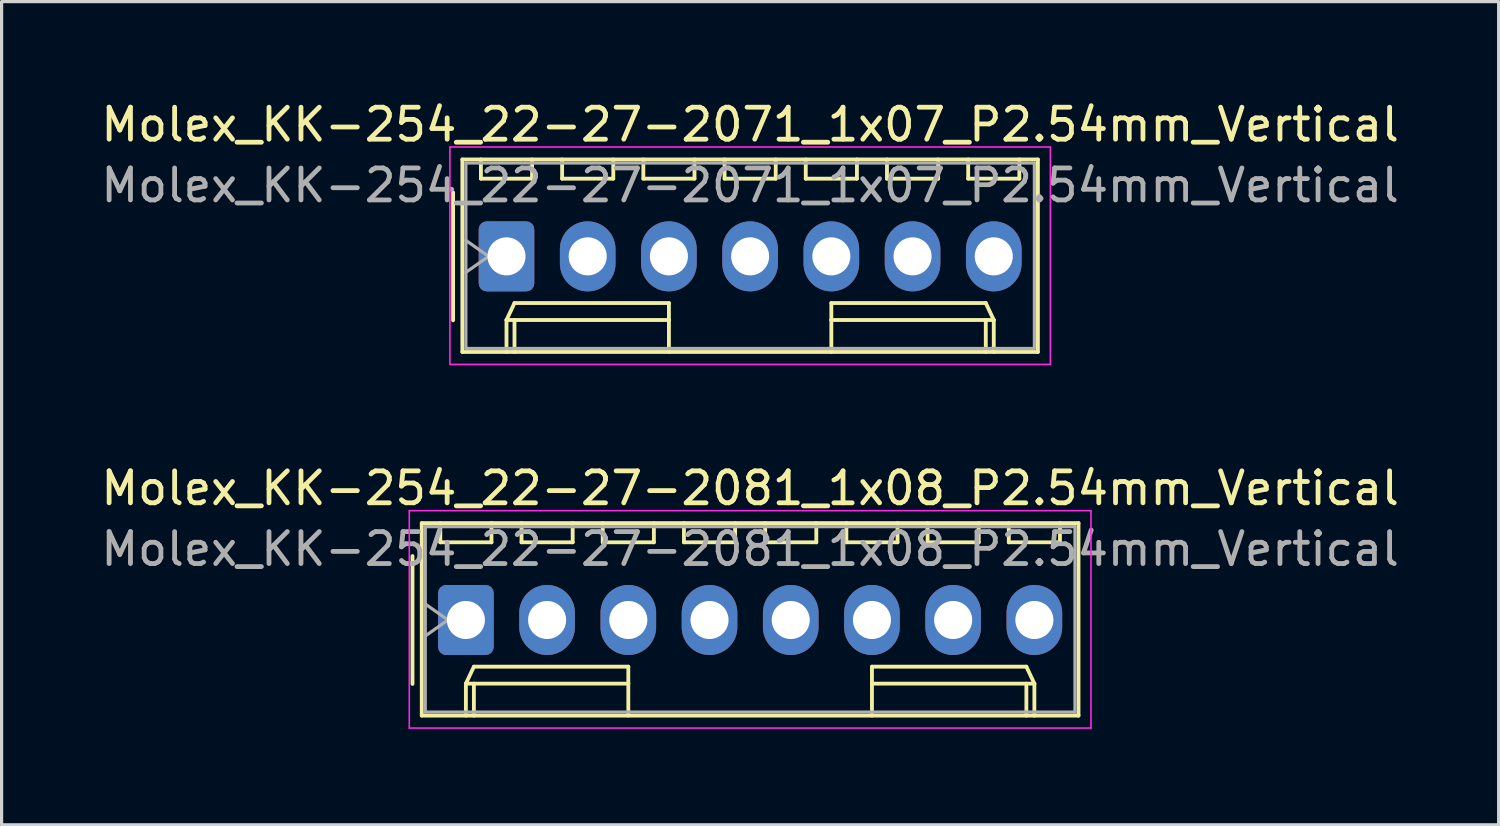
<source format=kicad_pcb>
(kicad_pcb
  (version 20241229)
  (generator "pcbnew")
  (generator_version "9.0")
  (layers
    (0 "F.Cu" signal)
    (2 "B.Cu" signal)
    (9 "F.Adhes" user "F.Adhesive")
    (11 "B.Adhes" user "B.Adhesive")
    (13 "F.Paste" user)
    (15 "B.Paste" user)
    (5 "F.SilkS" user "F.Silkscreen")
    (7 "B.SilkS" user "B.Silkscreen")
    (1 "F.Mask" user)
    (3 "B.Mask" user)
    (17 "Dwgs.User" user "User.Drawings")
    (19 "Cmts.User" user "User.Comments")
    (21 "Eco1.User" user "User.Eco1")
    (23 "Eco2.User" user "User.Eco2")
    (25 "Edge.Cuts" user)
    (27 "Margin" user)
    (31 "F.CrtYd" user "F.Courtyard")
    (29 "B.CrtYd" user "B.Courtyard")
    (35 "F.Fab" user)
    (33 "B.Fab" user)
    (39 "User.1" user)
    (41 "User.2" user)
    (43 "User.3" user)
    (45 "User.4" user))
  (footprint "Molex_KK-254_22-27-2071_1x07_P2.54mm_Vertical"
    (layer "F.Cu")
    (at 12.791 4.968)
    (property "Reference" "Molex_KK-254_22-27-2071_1x07_P2.54mm_Vertical" (at 7.62 -4.12 0) (layer "F.SilkS") (effects (font (size 1 1) (thickness 0.15))))
    (attr through_hole)
    (fp_line (start -1.67 -2) (end -1.67 2) (stroke (width 0.12) (type solid)) (layer "F.SilkS"))
    (fp_line (start -1.38 -3.03) (end -1.38 2.99) (stroke (width 0.12) (type solid)) (layer "F.SilkS"))
    (fp_line (start -1.38 2.99) (end 16.62 2.99) (stroke (width 0.12) (type solid)) (layer "F.SilkS"))
    (fp_line (start -0.8 -3.03) (end -0.8 -2.43) (stroke (width 0.12) (type solid)) (layer "F.SilkS"))
    (fp_line (start -0.8 -2.43) (end 0.8 -2.43) (stroke (width 0.12) (type solid)) (layer "F.SilkS"))
    (fp_line (start 0 1.99) (end 0.25 1.46) (stroke (width 0.12) (type solid)) (layer "F.SilkS"))
    (fp_line (start 0 1.99) (end 5.08 1.99) (stroke (width 0.12) (type solid)) (layer "F.SilkS"))
    (fp_line (start 0 2.99) (end 0 1.99) (stroke (width 0.12) (type solid)) (layer "F.SilkS"))
    (fp_line (start 0.25 1.46) (end 5.08 1.46) (stroke (width 0.12) (type solid)) (layer "F.SilkS"))
    (fp_line (start 0.25 2.99) (end 0.25 1.99) (stroke (width 0.12) (type solid)) (layer "F.SilkS"))
    (fp_line (start 0.8 -2.43) (end 0.8 -3.03) (stroke (width 0.12) (type solid)) (layer "F.SilkS"))
    (fp_line (start 1.74 -3.03) (end 1.74 -2.43) (stroke (width 0.12) (type solid)) (layer "F.SilkS"))
    (fp_line (start 1.74 -2.43) (end 3.34 -2.43) (stroke (width 0.12) (type solid)) (layer "F.SilkS"))
    (fp_line (start 3.34 -2.43) (end 3.34 -3.03) (stroke (width 0.12) (type solid)) (layer "F.SilkS"))
    (fp_line (start 4.28 -3.03) (end 4.28 -2.43) (stroke (width 0.12) (type solid)) (layer "F.SilkS"))
    (fp_line (start 4.28 -2.43) (end 5.88 -2.43) (stroke (width 0.12) (type solid)) (layer "F.SilkS"))
    (fp_line (start 5.08 1.46) (end 5.08 1.99) (stroke (width 0.12) (type solid)) (layer "F.SilkS"))
    (fp_line (start 5.08 1.99) (end 5.08 2.99) (stroke (width 0.12) (type solid)) (layer "F.SilkS"))
    (fp_line (start 5.88 -2.43) (end 5.88 -3.03) (stroke (width 0.12) (type solid)) (layer "F.SilkS"))
    (fp_line (start 6.82 -3.03) (end 6.82 -2.43) (stroke (width 0.12) (type solid)) (layer "F.SilkS"))
    (fp_line (start 6.82 -2.43) (end 8.42 -2.43) (stroke (width 0.12) (type solid)) (layer "F.SilkS"))
    (fp_line (start 8.42 -2.43) (end 8.42 -3.03) (stroke (width 0.12) (type solid)) (layer "F.SilkS"))
    (fp_line (start 9.36 -3.03) (end 9.36 -2.43) (stroke (width 0.12) (type solid)) (layer "F.SilkS"))
    (fp_line (start 9.36 -2.43) (end 10.96 -2.43) (stroke (width 0.12) (type solid)) (layer "F.SilkS"))
    (fp_line (start 10.16 1.46) (end 10.16 1.99) (stroke (width 0.12) (type solid)) (layer "F.SilkS"))
    (fp_line (start 10.16 1.99) (end 10.16 2.99) (stroke (width 0.12) (type solid)) (layer "F.SilkS"))
    (fp_line (start 10.96 -2.43) (end 10.96 -3.03) (stroke (width 0.12) (type solid)) (layer "F.SilkS"))
    (fp_line (start 11.9 -3.03) (end 11.9 -2.43) (stroke (width 0.12) (type solid)) (layer "F.SilkS"))
    (fp_line (start 11.9 -2.43) (end 13.5 -2.43) (stroke (width 0.12) (type solid)) (layer "F.SilkS"))
    (fp_line (start 13.5 -2.43) (end 13.5 -3.03) (stroke (width 0.12) (type solid)) (layer "F.SilkS"))
    (fp_line (start 14.44 -3.03) (end 14.44 -2.43) (stroke (width 0.12) (type solid)) (layer "F.SilkS"))
    (fp_line (start 14.44 -2.43) (end 16.04 -2.43) (stroke (width 0.12) (type solid)) (layer "F.SilkS"))
    (fp_line (start 14.99 1.46) (end 10.16 1.46) (stroke (width 0.12) (type solid)) (layer "F.SilkS"))
    (fp_line (start 14.99 2.99) (end 14.99 1.99) (stroke (width 0.12) (type solid)) (layer "F.SilkS"))
    (fp_line (start 15.24 1.99) (end 10.16 1.99) (stroke (width 0.12) (type solid)) (layer "F.SilkS"))
    (fp_line (start 15.24 1.99) (end 14.99 1.46) (stroke (width 0.12) (type solid)) (layer "F.SilkS"))
    (fp_line (start 15.24 2.99) (end 15.24 1.99) (stroke (width 0.12) (type solid)) (layer "F.SilkS"))
    (fp_line (start 16.04 -2.43) (end 16.04 -3.03) (stroke (width 0.12) (type solid)) (layer "F.SilkS"))
    (fp_line (start 16.62 -3.03) (end -1.38 -3.03) (stroke (width 0.12) (type solid)) (layer "F.SilkS"))
    (fp_line (start 16.62 2.99) (end 16.62 -3.03) (stroke (width 0.12) (type solid)) (layer "F.SilkS"))
    (fp_line (start -1.77 -3.42) (end -1.77 3.38) (stroke (width 0.05) (type solid)) (layer "F.CrtYd"))
    (fp_line (start -1.77 3.38) (end 17.01 3.38) (stroke (width 0.05) (type solid)) (layer "F.CrtYd"))
    (fp_line (start 17.01 -3.42) (end -1.77 -3.42) (stroke (width 0.05) (type solid)) (layer "F.CrtYd"))
    (fp_line (start 17.01 3.38) (end 17.01 -3.42) (stroke (width 0.05) (type solid)) (layer "F.CrtYd"))
    (fp_line (start -1.27 -2.92) (end -1.27 2.88) (stroke (width 0.1) (type solid)) (layer "F.Fab"))
    (fp_line (start -1.27 -0.5) (end -0.563 0) (stroke (width 0.1) (type solid)) (layer "F.Fab"))
    (fp_line (start -1.27 2.88) (end 16.51 2.88) (stroke (width 0.1) (type solid)) (layer "F.Fab"))
    (fp_line (start -0.563 0) (end -1.27 0.5) (stroke (width 0.1) (type solid)) (layer "F.Fab"))
    (fp_line (start 16.51 -2.92) (end -1.27 -2.92) (stroke (width 0.1) (type solid)) (layer "F.Fab"))
    (fp_line (start 16.51 2.88) (end 16.51 -2.92) (stroke (width 0.1) (type solid)) (layer "F.Fab"))
    (fp_text user "${REFERENCE}" (at 7.62 -2.22 0) (layer "F.Fab") (effects (font (size 1 1) (thickness 0.15))))
    (pad "1" thru_hole roundrect (at 0 0) (size 1.74 2.19) (drill 1.19) (layers "*.Cu" "*.Mask") (roundrect_rratio 0.144))
    (pad "2" thru_hole oval (at 2.54 0) (size 1.74 2.19) (drill 1.19) (layers "*.Cu" "*.Mask"))
    (pad "3" thru_hole oval (at 5.08 0) (size 1.74 2.19) (drill 1.19) (layers "*.Cu" "*.Mask"))
    (pad "4" thru_hole oval (at 7.62 0) (size 1.74 2.19) (drill 1.19) (layers "*.Cu" "*.Mask"))
    (pad "5" thru_hole oval (at 10.16 0) (size 1.74 2.19) (drill 1.19) (layers "*.Cu" "*.Mask"))
    (pad "6" thru_hole oval (at 12.7 0) (size 1.74 2.19) (drill 1.19) (layers "*.Cu" "*.Mask"))
    (pad "7" thru_hole oval (at 15.24 0) (size 1.74 2.19) (drill 1.19) (layers "*.Cu" "*.Mask")))
  (footprint "Molex_KK-254_22-27-2081_1x08_P2.54mm_Vertical"
    (layer "F.Cu")
    (at 11.521 16.341)
    (property "Reference" "Molex_KK-254_22-27-2081_1x08_P2.54mm_Vertical" (at 8.89 -4.12 0) (layer "F.SilkS") (effects (font (size 1 1) (thickness 0.15))))
    (attr through_hole)
    (fp_line (start -1.67 -2) (end -1.67 2) (stroke (width 0.12) (type solid)) (layer "F.SilkS"))
    (fp_line (start -1.38 -3.03) (end -1.38 2.99) (stroke (width 0.12) (type solid)) (layer "F.SilkS"))
    (fp_line (start -1.38 2.99) (end 19.16 2.99) (stroke (width 0.12) (type solid)) (layer "F.SilkS"))
    (fp_line (start -0.8 -3.03) (end -0.8 -2.43) (stroke (width 0.12) (type solid)) (layer "F.SilkS"))
    (fp_line (start -0.8 -2.43) (end 0.8 -2.43) (stroke (width 0.12) (type solid)) (layer "F.SilkS"))
    (fp_line (start 0 1.99) (end 0.25 1.46) (stroke (width 0.12) (type solid)) (layer "F.SilkS"))
    (fp_line (start 0 1.99) (end 5.08 1.99) (stroke (width 0.12) (type solid)) (layer "F.SilkS"))
    (fp_line (start 0 2.99) (end 0 1.99) (stroke (width 0.12) (type solid)) (layer "F.SilkS"))
    (fp_line (start 0.25 1.46) (end 5.08 1.46) (stroke (width 0.12) (type solid)) (layer "F.SilkS"))
    (fp_line (start 0.25 2.99) (end 0.25 1.99) (stroke (width 0.12) (type solid)) (layer "F.SilkS"))
    (fp_line (start 0.8 -2.43) (end 0.8 -3.03) (stroke (width 0.12) (type solid)) (layer "F.SilkS"))
    (fp_line (start 1.74 -3.03) (end 1.74 -2.43) (stroke (width 0.12) (type solid)) (layer "F.SilkS"))
    (fp_line (start 1.74 -2.43) (end 3.34 -2.43) (stroke (width 0.12) (type solid)) (layer "F.SilkS"))
    (fp_line (start 3.34 -2.43) (end 3.34 -3.03) (stroke (width 0.12) (type solid)) (layer "F.SilkS"))
    (fp_line (start 4.28 -3.03) (end 4.28 -2.43) (stroke (width 0.12) (type solid)) (layer "F.SilkS"))
    (fp_line (start 4.28 -2.43) (end 5.88 -2.43) (stroke (width 0.12) (type solid)) (layer "F.SilkS"))
    (fp_line (start 5.08 1.46) (end 5.08 1.99) (stroke (width 0.12) (type solid)) (layer "F.SilkS"))
    (fp_line (start 5.08 1.99) (end 5.08 2.99) (stroke (width 0.12) (type solid)) (layer "F.SilkS"))
    (fp_line (start 5.88 -2.43) (end 5.88 -3.03) (stroke (width 0.12) (type solid)) (layer "F.SilkS"))
    (fp_line (start 6.82 -3.03) (end 6.82 -2.43) (stroke (width 0.12) (type solid)) (layer "F.SilkS"))
    (fp_line (start 6.82 -2.43) (end 8.42 -2.43) (stroke (width 0.12) (type solid)) (layer "F.SilkS"))
    (fp_line (start 8.42 -2.43) (end 8.42 -3.03) (stroke (width 0.12) (type solid)) (layer "F.SilkS"))
    (fp_line (start 9.36 -3.03) (end 9.36 -2.43) (stroke (width 0.12) (type solid)) (layer "F.SilkS"))
    (fp_line (start 9.36 -2.43) (end 10.96 -2.43) (stroke (width 0.12) (type solid)) (layer "F.SilkS"))
    (fp_line (start 10.96 -2.43) (end 10.96 -3.03) (stroke (width 0.12) (type solid)) (layer "F.SilkS"))
    (fp_line (start 11.9 -3.03) (end 11.9 -2.43) (stroke (width 0.12) (type solid)) (layer "F.SilkS"))
    (fp_line (start 11.9 -2.43) (end 13.5 -2.43) (stroke (width 0.12) (type solid)) (layer "F.SilkS"))
    (fp_line (start 12.7 1.46) (end 12.7 1.99) (stroke (width 0.12) (type solid)) (layer "F.SilkS"))
    (fp_line (start 12.7 1.99) (end 12.7 2.99) (stroke (width 0.12) (type solid)) (layer "F.SilkS"))
    (fp_line (start 13.5 -2.43) (end 13.5 -3.03) (stroke (width 0.12) (type solid)) (layer "F.SilkS"))
    (fp_line (start 14.44 -3.03) (end 14.44 -2.43) (stroke (width 0.12) (type solid)) (layer "F.SilkS"))
    (fp_line (start 14.44 -2.43) (end 16.04 -2.43) (stroke (width 0.12) (type solid)) (layer "F.SilkS"))
    (fp_line (start 16.04 -2.43) (end 16.04 -3.03) (stroke (width 0.12) (type solid)) (layer "F.SilkS"))
    (fp_line (start 16.98 -3.03) (end 16.98 -2.43) (stroke (width 0.12) (type solid)) (layer "F.SilkS"))
    (fp_line (start 16.98 -2.43) (end 18.58 -2.43) (stroke (width 0.12) (type solid)) (layer "F.SilkS"))
    (fp_line (start 17.53 1.46) (end 12.7 1.46) (stroke (width 0.12) (type solid)) (layer "F.SilkS"))
    (fp_line (start 17.53 2.99) (end 17.53 1.99) (stroke (width 0.12) (type solid)) (layer "F.SilkS"))
    (fp_line (start 17.78 1.99) (end 12.7 1.99) (stroke (width 0.12) (type solid)) (layer "F.SilkS"))
    (fp_line (start 17.78 1.99) (end 17.53 1.46) (stroke (width 0.12) (type solid)) (layer "F.SilkS"))
    (fp_line (start 17.78 2.99) (end 17.78 1.99) (stroke (width 0.12) (type solid)) (layer "F.SilkS"))
    (fp_line (start 18.58 -2.43) (end 18.58 -3.03) (stroke (width 0.12) (type solid)) (layer "F.SilkS"))
    (fp_line (start 19.16 -3.03) (end -1.38 -3.03) (stroke (width 0.12) (type solid)) (layer "F.SilkS"))
    (fp_line (start 19.16 2.99) (end 19.16 -3.03) (stroke (width 0.12) (type solid)) (layer "F.SilkS"))
    (fp_line (start -1.77 -3.42) (end -1.77 3.38) (stroke (width 0.05) (type solid)) (layer "F.CrtYd"))
    (fp_line (start -1.77 3.38) (end 19.55 3.38) (stroke (width 0.05) (type solid)) (layer "F.CrtYd"))
    (fp_line (start 19.55 -3.42) (end -1.77 -3.42) (stroke (width 0.05) (type solid)) (layer "F.CrtYd"))
    (fp_line (start 19.55 3.38) (end 19.55 -3.42) (stroke (width 0.05) (type solid)) (layer "F.CrtYd"))
    (fp_line (start -1.27 -2.92) (end -1.27 2.88) (stroke (width 0.1) (type solid)) (layer "F.Fab"))
    (fp_line (start -1.27 -0.5) (end -0.563 0) (stroke (width 0.1) (type solid)) (layer "F.Fab"))
    (fp_line (start -1.27 2.88) (end 19.05 2.88) (stroke (width 0.1) (type solid)) (layer "F.Fab"))
    (fp_line (start -0.563 0) (end -1.27 0.5) (stroke (width 0.1) (type solid)) (layer "F.Fab"))
    (fp_line (start 19.05 -2.92) (end -1.27 -2.92) (stroke (width 0.1) (type solid)) (layer "F.Fab"))
    (fp_line (start 19.05 2.88) (end 19.05 -2.92) (stroke (width 0.1) (type solid)) (layer "F.Fab"))
    (fp_text user "${REFERENCE}" (at 8.89 -2.22 0) (layer "F.Fab") (effects (font (size 1 1) (thickness 0.15))))
    (pad "1" thru_hole roundrect (at 0 0) (size 1.74 2.19) (drill 1.19) (layers "*.Cu" "*.Mask") (roundrect_rratio 0.144))
    (pad "2" thru_hole oval (at 2.54 0) (size 1.74 2.19) (drill 1.19) (layers "*.Cu" "*.Mask"))
    (pad "3" thru_hole oval (at 5.08 0) (size 1.74 2.19) (drill 1.19) (layers "*.Cu" "*.Mask"))
    (pad "4" thru_hole oval (at 7.62 0) (size 1.74 2.19) (drill 1.19) (layers "*.Cu" "*.Mask"))
    (pad "5" thru_hole oval (at 10.16 0) (size 1.74 2.19) (drill 1.19) (layers "*.Cu" "*.Mask"))
    (pad "6" thru_hole oval (at 12.7 0) (size 1.74 2.19) (drill 1.19) (layers "*.Cu" "*.Mask"))
    (pad "7" thru_hole oval (at 15.24 0) (size 1.74 2.19) (drill 1.19) (layers "*.Cu" "*.Mask"))
    (pad "8" thru_hole oval (at 17.78 0) (size 1.74 2.19) (drill 1.19) (layers "*.Cu" "*.Mask")))
  (gr_rect
    (start -3 -3)
    (end 43.821 22.747)
    (stroke (width 0.1) (type default))
    (fill no)
    (layer "Edge.Cuts")))
</source>
